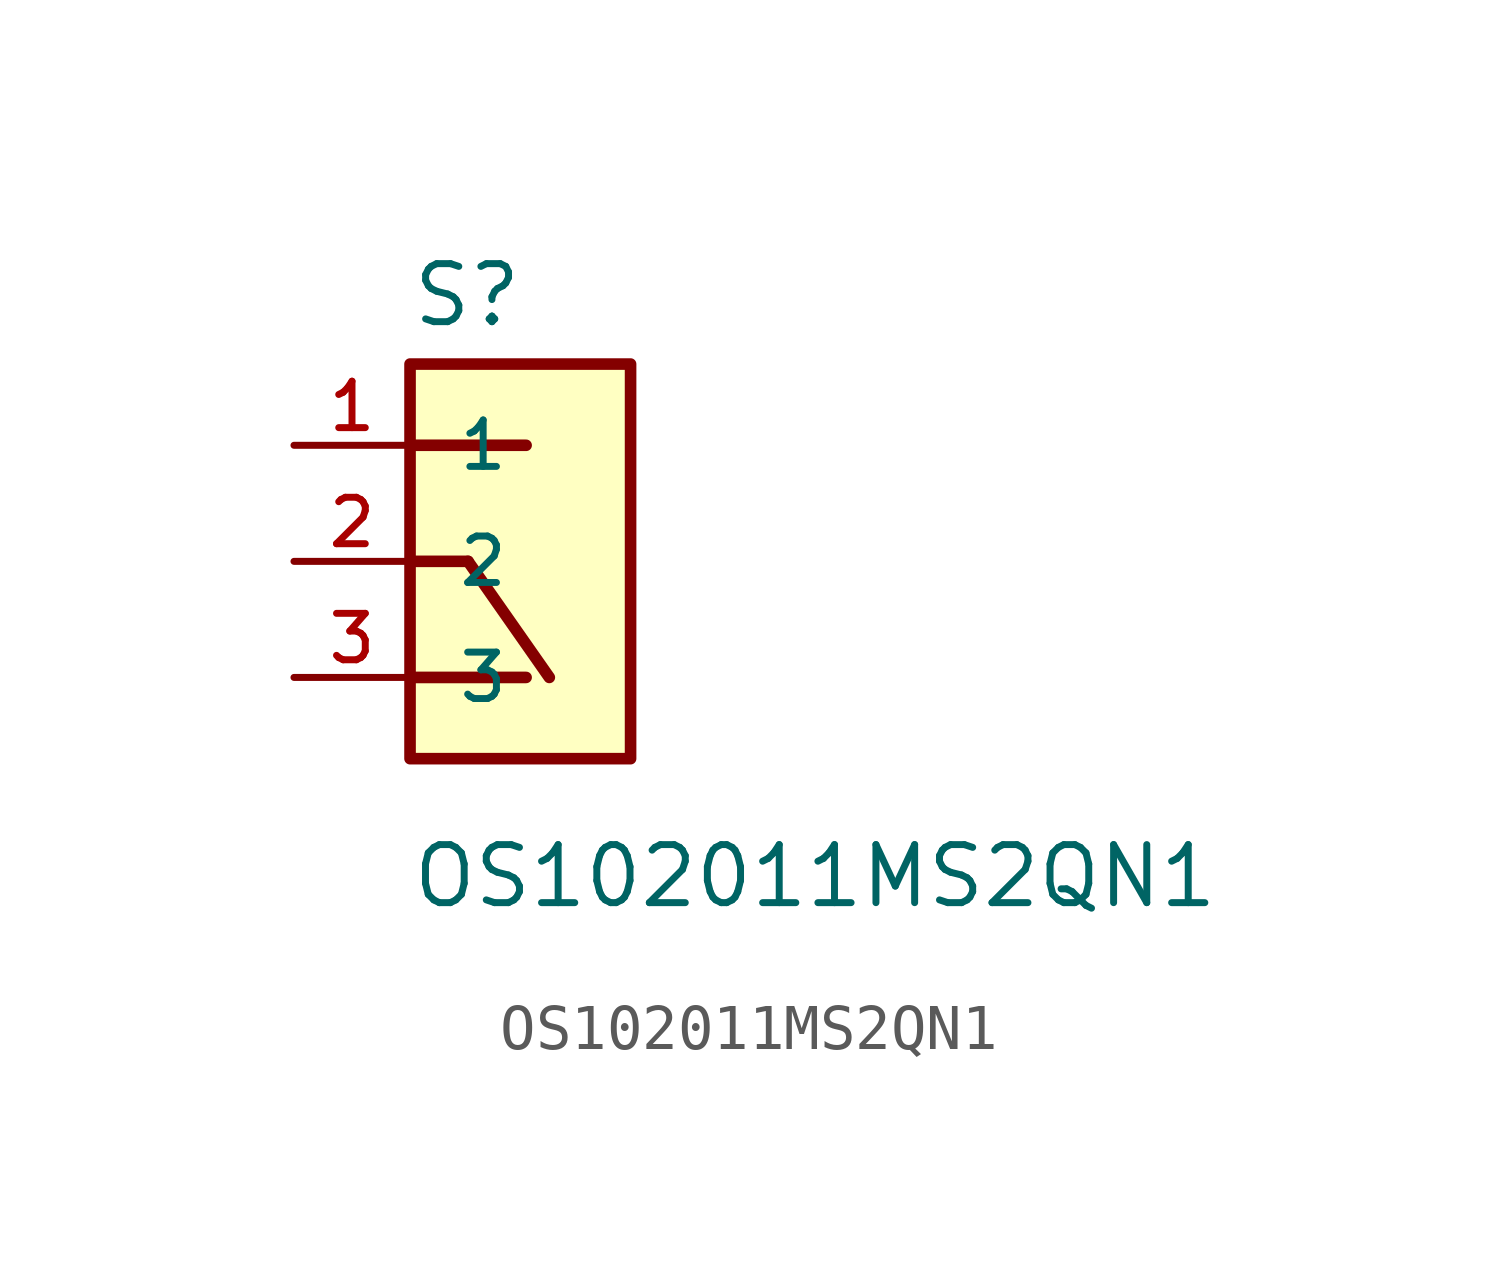
<source format=kicad_sym>
(kicad_symbol_lib
  (version 20211014)
  (generator kicad_symbol_editor)
  (symbol "OS102011MS2QN1"
    (pin_names
      (offset 1.016))
    (property "Reference" "S"
      (at -2.541 5.082 0)
      (effects (font (size 1.27 1.27)) (justify bottom left)))
    (property "Value" "OS102011MS2QN1"
      (at -2.544 -7.632 0)
      (effects (font (size 1.27 1.27)) (justify bottom left)))
    (symbol "OS102011MS2QN1_0_0"
      (polyline (pts (xy -2.54 2.54) (xy 0.0 2.54)) (stroke (width 0.254)))
      (polyline (pts (xy -2.54 -2.54) (xy 0.0 -2.54)) (stroke (width 0.254)))
      (polyline (pts (xy -2.54 0.0) (xy -1.27 0.0)) (stroke (width 0.254)))
      (polyline (pts (xy -1.27 0.0) (xy 0.508 -2.54)) (stroke (width 0.254)))
      (rectangle (start -2.54 -4.318) (end 2.286 4.318) (stroke (width 0.254)) (fill (type background)))
      (pin passive line (at -5.08 2.54 0) (length 2.54) (name "1" (effects (font (size 1.016 1.016)))) (number "1" (effects (font (size 1.016 1.016)))))
      (pin passive line (at -5.08 0.0 0) (length 2.54) (name "2" (effects (font (size 1.016 1.016)))) (number "2" (effects (font (size 1.016 1.016)))))
      (pin passive line (at -5.08 -2.54 0) (length 2.54) (name "3" (effects (font (size 1.016 1.016)))) (number "3" (effects (font (size 1.016 1.016))))))))
</source>
